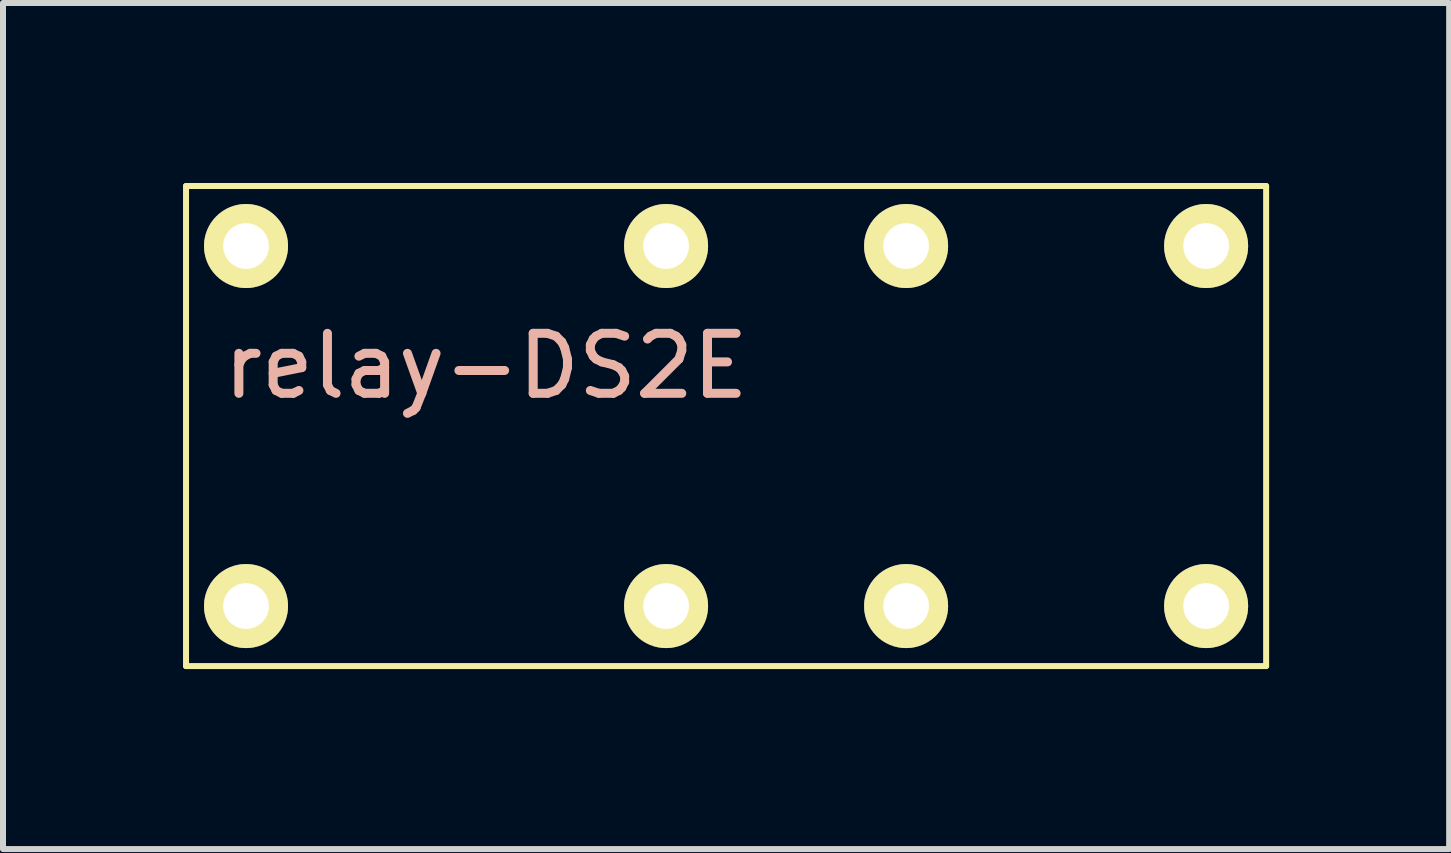
<source format=kicad_pcb>
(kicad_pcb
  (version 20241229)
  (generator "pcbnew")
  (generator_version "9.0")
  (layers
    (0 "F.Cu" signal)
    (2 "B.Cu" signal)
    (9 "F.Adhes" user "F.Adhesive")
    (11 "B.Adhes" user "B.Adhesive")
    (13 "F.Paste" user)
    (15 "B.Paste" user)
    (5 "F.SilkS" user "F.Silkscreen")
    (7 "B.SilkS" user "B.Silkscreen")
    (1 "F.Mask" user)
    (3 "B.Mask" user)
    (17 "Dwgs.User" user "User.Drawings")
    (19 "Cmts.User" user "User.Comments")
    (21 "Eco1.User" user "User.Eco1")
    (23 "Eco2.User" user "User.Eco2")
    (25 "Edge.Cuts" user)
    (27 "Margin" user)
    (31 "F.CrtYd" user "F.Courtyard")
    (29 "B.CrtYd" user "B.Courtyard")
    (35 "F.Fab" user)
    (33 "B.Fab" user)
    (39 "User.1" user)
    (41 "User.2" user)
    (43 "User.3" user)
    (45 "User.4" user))
  (footprint "relay-DS2E"
    (layer "F.Cu")
    (at 9.05 4.05)
    (property "Reference" "relay-DS2E" (at -4 -1 0) (layer "B.SilkS") (effects (font (size 1 1) (thickness 0.15))))
    (attr exclude_from_pos_files exclude_from_bom)
    (fp_line (start -9 -4) (end 9 -4) (stroke (width 0.1) (type solid)) (layer "F.SilkS"))
    (fp_line (start -9 4) (end -9 -4) (stroke (width 0.1) (type solid)) (layer "F.SilkS"))
    (fp_line (start 9 -4) (end 9 4) (stroke (width 0.1) (type solid)) (layer "F.SilkS"))
    (fp_line (start 9 4) (end -9 4) (stroke (width 0.1) (type solid)) (layer "F.SilkS"))
    (pad "1" thru_hole circle (at -8 3) (size 1.4 1.4) (drill 0.762) (layers "*.Cu" "F.Mask" "F.SilkS" "F.Paste"))
    (pad "4" thru_hole circle (at -1 3) (size 1.4 1.4) (drill 0.762) (layers "*.Cu" "F.Mask" "F.SilkS" "F.Paste"))
    (pad "6" thru_hole circle (at 3 3) (size 1.4 1.4) (drill 0.762) (layers "*.Cu" "F.Mask" "F.SilkS" "F.Paste"))
    (pad "8" thru_hole circle (at 8 3) (size 1.4 1.4) (drill 0.762) (layers "*.Cu" "F.Mask" "F.SilkS" "F.Paste"))
    (pad "9" thru_hole circle (at 8 -3) (size 1.4 1.4) (drill 0.762) (layers "*.Cu" "F.Mask" "F.SilkS" "F.Paste"))
    (pad "11" thru_hole circle (at 3 -3) (size 1.4 1.4) (drill 0.762) (layers "*.Cu" "F.Mask" "F.SilkS" "F.Paste"))
    (pad "13" thru_hole circle (at -1 -3) (size 1.4 1.4) (drill 0.762) (layers "*.Cu" "F.Mask" "F.SilkS" "F.Paste"))
    (pad "16" thru_hole circle (at -8 -3) (size 1.4 1.4) (drill 0.762) (layers "*.Cu" "F.Mask" "F.SilkS" "F.Paste")))
  (gr_rect
    (start -3 -3)
    (end 21.1 11.1)
    (stroke (width 0.1) (type default))
    (fill no)
    (layer "Edge.Cuts")))
</source>
